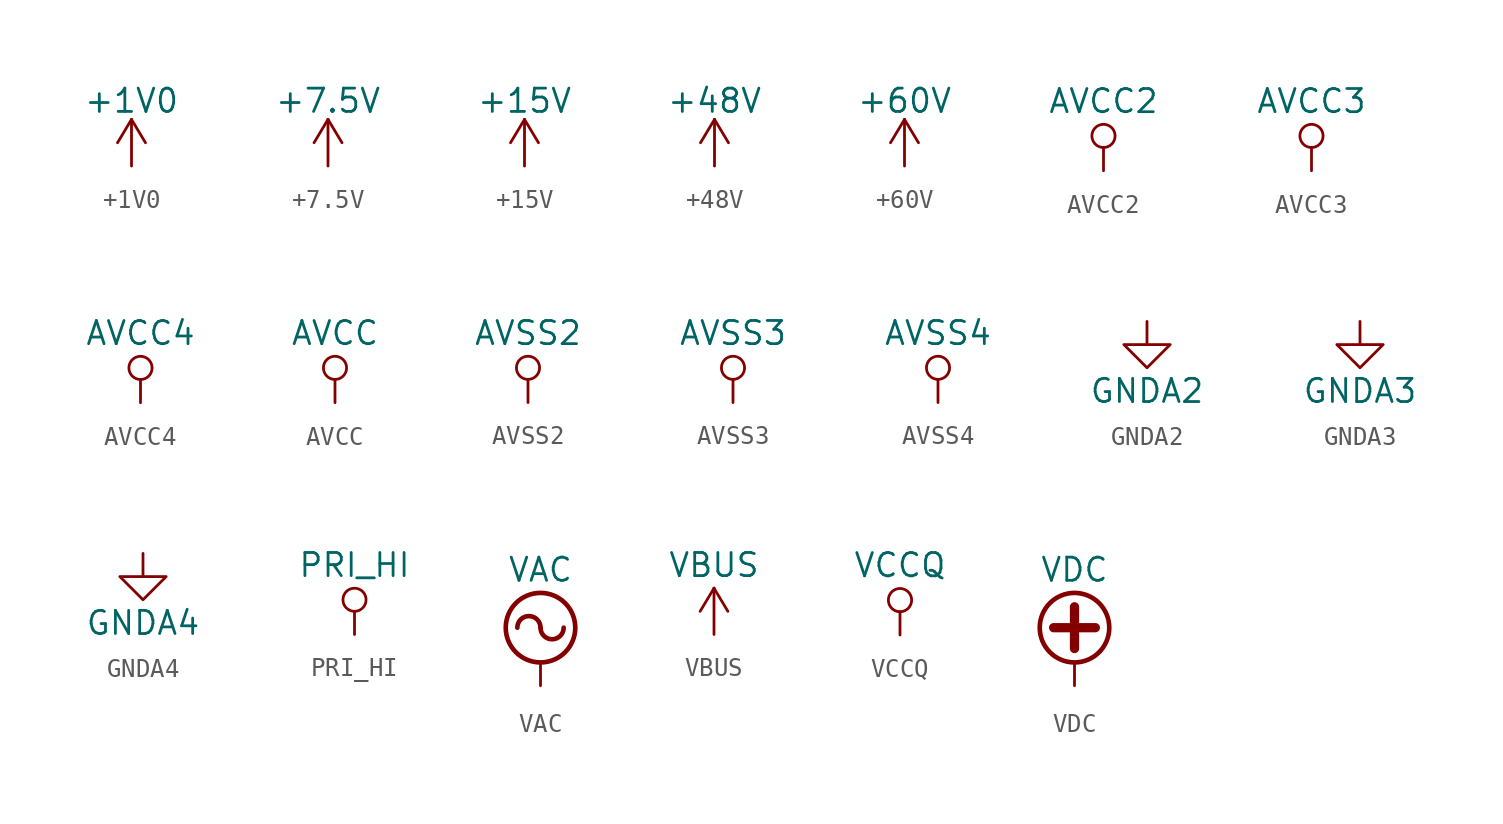
<source format=kicad_sym>
(kicad_symbol_lib
  (version 20211014)
  (generator kicad_symbol_editor)
  (symbol "+1V0"
    (power)
    (pin_names
      (offset 0))
    (property "Reference" "#PWR"
      (at 0 -3.81 0)
      (effects (font (size 1.27 1.27)) hide))
    (property "Value" "+1V0"
      (at 0 3.556 0)
      (effects (font (size 1.27 1.27))))
    (symbol "+1V0_0_1"
      (polyline (pts (xy -0.762 1.27) (xy 0 2.54)) (stroke (width 0) (type default) (color 0 0 0 0)) (fill (type none)))
      (polyline (pts (xy 0 0) (xy 0 2.54)) (stroke (width 0) (type default) (color 0 0 0 0)) (fill (type none)))
      (polyline (pts (xy 0 2.54) (xy 0.762 1.27)) (stroke (width 0) (type default) (color 0 0 0 0)) (fill (type none))))
    (symbol "+1V0_1_1"
      (pin power_in line (at 0 0 90) (length 0) hide (name "+1V0" (effects (font (size 1.27 1.27)))) (number "1" (effects (font (size 1.27 1.27)))))))
  (symbol "+7.5V"
    (power)
    (pin_names
      (offset 0))
    (property "Reference" "#PWR"
      (at 0 -3.81 0)
      (effects (font (size 1.27 1.27)) hide))
    (property "Value" "+7.5V"
      (at 0 3.556 0)
      (effects (font (size 1.27 1.27))))
    (symbol "+7.5V_0_1"
      (polyline (pts (xy -0.762 1.27) (xy 0 2.54)) (stroke (width 0) (type default) (color 0 0 0 0)) (fill (type none)))
      (polyline (pts (xy 0 0) (xy 0 2.54)) (stroke (width 0) (type default) (color 0 0 0 0)) (fill (type none)))
      (polyline (pts (xy 0 2.54) (xy 0.762 1.27)) (stroke (width 0) (type default) (color 0 0 0 0)) (fill (type none))))
    (symbol "+7.5V_1_1"
      (pin power_in line (at 0 0 90) (length 0) hide (name "+7.5V" (effects (font (size 1.27 1.27)))) (number "1" (effects (font (size 1.27 1.27)))))))
  (symbol "+15V"
    (power)
    (pin_names
      (offset 0))
    (property "Reference" "#PWR"
      (at 0 -3.81 0)
      (effects (font (size 1.27 1.27)) hide))
    (property "Value" "+15V"
      (at 0 3.556 0)
      (effects (font (size 1.27 1.27))))
    (symbol "+15V_0_1"
      (polyline (pts (xy -0.762 1.27) (xy 0 2.54)) (stroke (width 0) (type default) (color 0 0 0 0)) (fill (type none)))
      (polyline (pts (xy 0 0) (xy 0 2.54)) (stroke (width 0) (type default) (color 0 0 0 0)) (fill (type none)))
      (polyline (pts (xy 0 2.54) (xy 0.762 1.27)) (stroke (width 0) (type default) (color 0 0 0 0)) (fill (type none))))
    (symbol "+15V_1_1"
      (pin power_in line (at 0 0 90) (length 0) hide (name "+15V" (effects (font (size 1.27 1.27)))) (number "1" (effects (font (size 1.27 1.27)))))))
  (symbol "+48V"
    (power)
    (pin_names
      (offset 0))
    (property "Reference" "#PWR"
      (at 0 -3.81 0)
      (effects (font (size 1.27 1.27)) hide))
    (property "Value" "+48V"
      (at 0 3.556 0)
      (effects (font (size 1.27 1.27))))
    (symbol "+48V_0_1"
      (polyline (pts (xy -0.762 1.27) (xy 0 2.54)) (stroke (width 0) (type default) (color 0 0 0 0)) (fill (type none)))
      (polyline (pts (xy 0 0) (xy 0 2.54)) (stroke (width 0) (type default) (color 0 0 0 0)) (fill (type none)))
      (polyline (pts (xy 0 2.54) (xy 0.762 1.27)) (stroke (width 0) (type default) (color 0 0 0 0)) (fill (type none))))
    (symbol "+48V_1_1"
      (pin power_in line (at 0 0 90) (length 0) hide (name "+48V" (effects (font (size 1.27 1.27)))) (number "1" (effects (font (size 1.27 1.27)))))))
  (symbol "+60V"
    (power)
    (pin_names
      (offset 0))
    (property "Reference" "#PWR"
      (at 0 -3.81 0)
      (effects (font (size 1.27 1.27)) hide))
    (property "Value" "+60V"
      (at 0 3.556 0)
      (effects (font (size 1.27 1.27))))
    (symbol "+60V_0_1"
      (polyline (pts (xy -0.762 1.27) (xy 0 2.54)) (stroke (width 0) (type default) (color 0 0 0 0)) (fill (type none)))
      (polyline (pts (xy 0 0) (xy 0 2.54)) (stroke (width 0) (type default) (color 0 0 0 0)) (fill (type none)))
      (polyline (pts (xy 0 2.54) (xy 0.762 1.27)) (stroke (width 0) (type default) (color 0 0 0 0)) (fill (type none))))
    (symbol "+60V_1_1"
      (pin power_in line (at 0 0 90) (length 0) hide (name "+60V" (effects (font (size 1.27 1.27)))) (number "1" (effects (font (size 1.27 1.27)))))))
  (symbol "AVCC2"
    (power)
    (pin_names
      (offset 0))
    (property "Reference" "#PWR"
      (at 0 -3.81 0)
      (effects (font (size 1.27 1.27)) hide))
    (property "Value" "AVCC2"
      (at 0 3.81 0)
      (effects (font (size 1.27 1.27))))
    (symbol "AVCC2_0_1"
      (polyline (pts (xy 0 0) (xy 0 1.27)) (stroke (width 0) (type default) (color 0 0 0 0)) (fill (type none)))
      (circle (center 0 1.905) (radius 0.635) (stroke (width 0) (type default) (color 0 0 0 0)) (fill (type none))))
    (symbol "AVCC2_1_1"
      (pin power_in line (at 0 0 90) (length 0) hide (name "AVCC2" (effects (font (size 1.27 1.27)))) (number "1" (effects (font (size 1.27 1.27)))))))
  (symbol "AVCC3"
    (power)
    (pin_names
      (offset 0))
    (property "Reference" "#PWR"
      (at 0 -3.81 0)
      (effects (font (size 1.27 1.27)) hide))
    (property "Value" "AVCC3"
      (at 0 3.81 0)
      (effects (font (size 1.27 1.27))))
    (symbol "AVCC3_0_1"
      (polyline (pts (xy 0 0) (xy 0 1.27)) (stroke (width 0) (type default) (color 0 0 0 0)) (fill (type none)))
      (circle (center 0 1.905) (radius 0.635) (stroke (width 0) (type default) (color 0 0 0 0)) (fill (type none))))
    (symbol "AVCC3_1_1"
      (pin power_in line (at 0 0 90) (length 0) hide (name "AVCC3" (effects (font (size 1.27 1.27)))) (number "1" (effects (font (size 1.27 1.27)))))))
  (symbol "AVCC4"
    (power)
    (pin_names
      (offset 0))
    (property "Reference" "#PWR"
      (at 0 -3.81 0)
      (effects (font (size 1.27 1.27)) hide))
    (property "Value" "AVCC4"
      (at 0 3.81 0)
      (effects (font (size 1.27 1.27))))
    (symbol "AVCC4_0_1"
      (polyline (pts (xy 0 0) (xy 0 1.27)) (stroke (width 0) (type default) (color 0 0 0 0)) (fill (type none)))
      (circle (center 0 1.905) (radius 0.635) (stroke (width 0) (type default) (color 0 0 0 0)) (fill (type none))))
    (symbol "AVCC4_1_1"
      (pin power_in line (at 0 0 90) (length 0) hide (name "AVCC4" (effects (font (size 1.27 1.27)))) (number "1" (effects (font (size 1.27 1.27)))))))
  (symbol "AVCC"
    (power)
    (pin_names
      (offset 0))
    (property "Reference" "#PWR"
      (at 0 -3.81 0)
      (effects (font (size 1.27 1.27)) hide))
    (property "Value" "AVCC"
      (at 0 3.81 0)
      (effects (font (size 1.27 1.27))))
    (symbol "AVCC_0_1"
      (polyline (pts (xy 0 0) (xy 0 1.27)) (stroke (width 0) (type default) (color 0 0 0 0)) (fill (type none)))
      (circle (center 0 1.905) (radius 0.635) (stroke (width 0) (type default) (color 0 0 0 0)) (fill (type none))))
    (symbol "AVCC_1_1"
      (pin power_in line (at 0 0 90) (length 0) hide (name "AVCC" (effects (font (size 1.27 1.27)))) (number "1" (effects (font (size 1.27 1.27)))))))
  (symbol "AVSS2"
    (power)
    (pin_names
      (offset 0))
    (property "Reference" "#PWR"
      (at 0 -3.81 0)
      (effects (font (size 1.27 1.27)) hide))
    (property "Value" "AVSS2"
      (at 0 3.81 0)
      (effects (font (size 1.27 1.27))))
    (symbol "AVSS2_0_1"
      (polyline (pts (xy 0 0) (xy 0 1.27)) (stroke (width 0) (type default) (color 0 0 0 0)) (fill (type none)))
      (circle (center 0 1.905) (radius 0.635) (stroke (width 0) (type default) (color 0 0 0 0)) (fill (type none))))
    (symbol "AVSS2_1_1"
      (pin power_in line (at 0 0 90) (length 0) hide (name "AVSS2" (effects (font (size 1.27 1.27)))) (number "1" (effects (font (size 1.27 1.27)))))))
  (symbol "AVSS3"
    (power)
    (pin_names
      (offset 0))
    (property "Reference" "#PWR"
      (at 0 -3.81 0)
      (effects (font (size 1.27 1.27)) hide))
    (property "Value" "AVSS3"
      (at 0 3.81 0)
      (effects (font (size 1.27 1.27))))
    (symbol "AVSS3_0_1"
      (polyline (pts (xy 0 0) (xy 0 1.27)) (stroke (width 0) (type default) (color 0 0 0 0)) (fill (type none)))
      (circle (center 0 1.905) (radius 0.635) (stroke (width 0) (type default) (color 0 0 0 0)) (fill (type none))))
    (symbol "AVSS3_1_1"
      (pin power_in line (at 0 0 90) (length 0) hide (name "AVSS3" (effects (font (size 1.27 1.27)))) (number "1" (effects (font (size 1.27 1.27)))))))
  (symbol "AVSS4"
    (power)
    (pin_names
      (offset 0))
    (property "Reference" "#PWR"
      (at 0 -3.81 0)
      (effects (font (size 1.27 1.27)) hide))
    (property "Value" "AVSS4"
      (at 0 3.81 0)
      (effects (font (size 1.27 1.27))))
    (symbol "AVSS4_0_1"
      (polyline (pts (xy 0 0) (xy 0 1.27)) (stroke (width 0) (type default) (color 0 0 0 0)) (fill (type none)))
      (circle (center 0 1.905) (radius 0.635) (stroke (width 0) (type default) (color 0 0 0 0)) (fill (type none))))
    (symbol "AVSS4_1_1"
      (pin power_in line (at 0 0 90) (length 0) hide (name "AVSS4" (effects (font (size 1.27 1.27)))) (number "1" (effects (font (size 1.27 1.27)))))))
  (symbol "GNDA2"
    (power)
    (pin_names
      (offset 0))
    (property "Reference" "#PWR"
      (at 0 -6.35 0)
      (effects (font (size 1.27 1.27)) hide))
    (property "Value" "GNDA2"
      (at 0 -3.81 0)
      (effects (font (size 1.27 1.27))))
    (symbol "GNDA2_0_1"
      (polyline (pts (xy 0 0) (xy 0 -1.27) (xy 1.27 -1.27) (xy 0 -2.54) (xy -1.27 -1.27) (xy 0 -1.27)) (stroke (width 0) (type default) (color 0 0 0 0)) (fill (type none))))
    (symbol "GNDA2_1_1"
      (pin power_in line (at 0 0 270) (length 0) hide (name "GNDA2" (effects (font (size 1.27 1.27)))) (number "1" (effects (font (size 1.27 1.27)))))))
  (symbol "GNDA3"
    (power)
    (pin_names
      (offset 0))
    (property "Reference" "#PWR"
      (at 0 -6.35 0)
      (effects (font (size 1.27 1.27)) hide))
    (property "Value" "GNDA3"
      (at 0 -3.81 0)
      (effects (font (size 1.27 1.27))))
    (symbol "GNDA3_0_1"
      (polyline (pts (xy 0 0) (xy 0 -1.27) (xy 1.27 -1.27) (xy 0 -2.54) (xy -1.27 -1.27) (xy 0 -1.27)) (stroke (width 0) (type default) (color 0 0 0 0)) (fill (type none))))
    (symbol "GNDA3_1_1"
      (pin power_in line (at 0 0 270) (length 0) hide (name "GNDA3" (effects (font (size 1.27 1.27)))) (number "1" (effects (font (size 1.27 1.27)))))))
  (symbol "GNDA4"
    (power)
    (pin_names
      (offset 0))
    (property "Reference" "#PWR"
      (at 0 -6.35 0)
      (effects (font (size 1.27 1.27)) hide))
    (property "Value" "GNDA4"
      (at 0 -3.81 0)
      (effects (font (size 1.27 1.27))))
    (symbol "GNDA4_0_1"
      (polyline (pts (xy 0 0) (xy 0 -1.27) (xy 1.27 -1.27) (xy 0 -2.54) (xy -1.27 -1.27) (xy 0 -1.27)) (stroke (width 0) (type default) (color 0 0 0 0)) (fill (type none))))
    (symbol "GNDA4_1_1"
      (pin power_in line (at 0 0 270) (length 0) hide (name "GNDA4" (effects (font (size 1.27 1.27)))) (number "1" (effects (font (size 1.27 1.27)))))))
  (symbol "PRI_HI"
    (power)
    (pin_names
      (offset 0))
    (property "Reference" "#PWR"
      (at 0 -3.81 0)
      (effects (font (size 1.27 1.27)) hide))
    (property "Value" "PRI_HI"
      (at 0 3.81 0)
      (effects (font (size 1.27 1.27))))
    (symbol "PRI_HI_0_1"
      (polyline (pts (xy 0 0) (xy 0 1.27)) (stroke (width 0) (type default) (color 0 0 0 0)) (fill (type none)))
      (circle (center 0 1.905) (radius 0.635) (stroke (width 0) (type default) (color 0 0 0 0)) (fill (type none))))
    (symbol "PRI_HI_1_1"
      (pin power_in line (at 0 0 90) (length 0) hide (name "PRI_HI" (effects (font (size 1.27 1.27)))) (number "1" (effects (font (size 1.27 1.27)))))))
  (symbol "VAC"
    (power)
    (pin_names
      (offset 0))
    (property "Reference" "#PWR"
      (at 0 -2.54 0)
      (effects (font (size 1.27 1.27)) hide))
    (property "Value" "VAC"
      (at 0 6.35 0)
      (effects (font (size 1.27 1.27))))
    (symbol "VAC_0_1"
      (polyline (pts (xy 0 0) (xy 0 1.27)) (stroke (width 0) (type default) (color 0 0 0 0)) (fill (type none)))
      (arc (start 0 3.175) (mid -0.635 3.81) (end -1.27 3.175) (stroke (width 0.254) (type default) (color 0 0 0 0)) (fill (type none)))
      (arc (start 0 3.175) (mid 0.635 2.54) (end 1.27 3.175) (stroke (width 0.254) (type default) (color 0 0 0 0)) (fill (type none)))
      (circle (center 0 3.175) (radius 1.905) (stroke (width 0.254) (type default) (color 0 0 0 0)) (fill (type none))))
    (symbol "VAC_1_1"
      (pin power_in line (at 0 0 90) (length 0) hide (name "VAC" (effects (font (size 1.27 1.27)))) (number "1" (effects (font (size 1.27 1.27)))))))
  (symbol "VBUS"
    (power)
    (pin_names
      (offset 0))
    (property "Reference" "#PWR"
      (at 0 -3.81 0)
      (effects (font (size 1.27 1.27)) hide))
    (property "Value" "VBUS"
      (at 0 3.81 0)
      (effects (font (size 1.27 1.27))))
    (symbol "VBUS_0_1"
      (polyline (pts (xy -0.762 1.27) (xy 0 2.54)) (stroke (width 0) (type default) (color 0 0 0 0)) (fill (type none)))
      (polyline (pts (xy 0 0) (xy 0 2.54)) (stroke (width 0) (type default) (color 0 0 0 0)) (fill (type none)))
      (polyline (pts (xy 0 2.54) (xy 0.762 1.27)) (stroke (width 0) (type default) (color 0 0 0 0)) (fill (type none))))
    (symbol "VBUS_1_1"
      (pin power_in line (at 0 0 90) (length 0) hide (name "VBUS" (effects (font (size 1.27 1.27)))) (number "1" (effects (font (size 1.27 1.27)))))))
  (symbol "VCCQ"
    (power)
    (pin_names
      (offset 0))
    (property "Reference" "#PWR"
      (at 0 -3.81 0)
      (effects (font (size 1.27 1.27)) hide))
    (property "Value" "VCCQ"
      (at 0 3.81 0)
      (effects (font (size 1.27 1.27))))
    (symbol "VCCQ_0_1"
      (polyline (pts (xy 0 0) (xy 0 1.27)) (stroke (width 0) (type default) (color 0 0 0 0)) (fill (type none)))
      (circle (center 0 1.905) (radius 0.635) (stroke (width 0) (type default) (color 0 0 0 0)) (fill (type none))))
    (symbol "VCCQ_1_1"
      (pin power_in line (at 0 0 90) (length 0) hide (name "VCCQ" (effects (font (size 1.27 1.27)))) (number "1" (effects (font (size 1.27 1.27)))))))
  (symbol "VDC"
    (power)
    (pin_names
      (offset 0))
    (property "Reference" "#PWR"
      (at 0 -2.54 0)
      (effects (font (size 1.27 1.27)) hide))
    (property "Value" "VDC"
      (at 0 6.35 0)
      (effects (font (size 1.27 1.27))))
    (symbol "VDC_0_1"
      (polyline (pts (xy -1.143 3.175) (xy 1.143 3.175)) (stroke (width 0.508) (type default) (color 0 0 0 0)) (fill (type none)))
      (polyline (pts (xy 0 0) (xy 0 1.27)) (stroke (width 0) (type default) (color 0 0 0 0)) (fill (type none)))
      (polyline (pts (xy 0 2.032) (xy 0 4.318)) (stroke (width 0.508) (type default) (color 0 0 0 0)) (fill (type none)))
      (circle (center 0 3.175) (radius 1.905) (stroke (width 0.254) (type default) (color 0 0 0 0)) (fill (type none))))
    (symbol "VDC_1_1"
      (pin power_in line (at 0 0 90) (length 0) hide (name "VDC" (effects (font (size 1.27 1.27)))) (number "1" (effects (font (size 1.27 1.27))))))))
</source>
